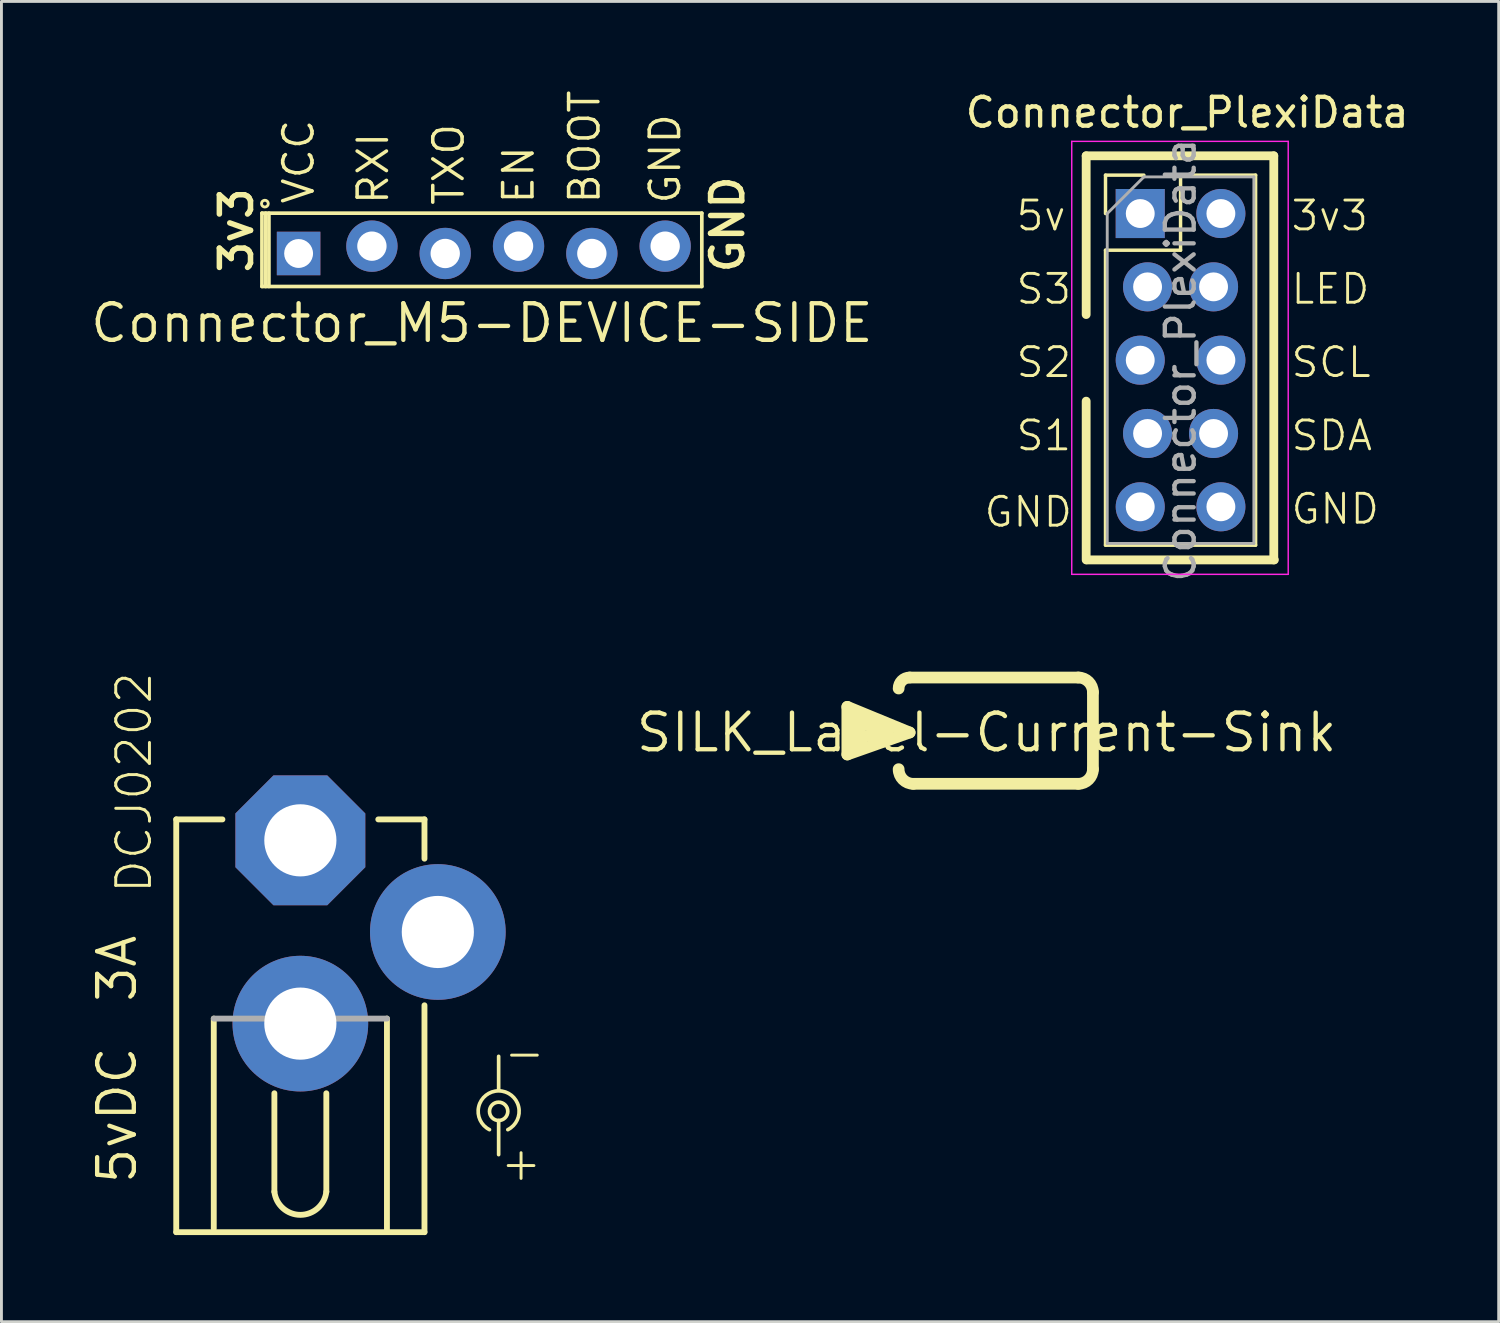
<source format=kicad_pcb>
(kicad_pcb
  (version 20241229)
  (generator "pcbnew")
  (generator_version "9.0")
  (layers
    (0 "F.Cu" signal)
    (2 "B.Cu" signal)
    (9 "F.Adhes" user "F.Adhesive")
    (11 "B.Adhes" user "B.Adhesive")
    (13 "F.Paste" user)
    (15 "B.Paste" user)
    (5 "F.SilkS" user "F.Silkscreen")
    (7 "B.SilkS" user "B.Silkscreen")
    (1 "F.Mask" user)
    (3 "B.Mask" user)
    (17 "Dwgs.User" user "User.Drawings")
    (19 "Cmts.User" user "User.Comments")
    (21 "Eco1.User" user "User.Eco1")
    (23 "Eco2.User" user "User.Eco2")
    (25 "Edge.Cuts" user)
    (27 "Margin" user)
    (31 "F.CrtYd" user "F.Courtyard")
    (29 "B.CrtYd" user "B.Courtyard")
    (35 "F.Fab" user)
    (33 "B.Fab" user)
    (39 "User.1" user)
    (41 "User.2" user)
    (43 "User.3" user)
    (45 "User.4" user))
  (footprint "SILK_Label-Current-Sink"
    (layer "F.Cu")
    (at 31.132 22.328)
    (property "Reference" "SILK_Label-Current-Sink" (at 0 0 0) (layer "F.SilkS") (effects (font (size 1.27 1.27) (thickness 0.15))))
    (fp_line (start -4.826 -0.889) (end -2.667 0) (stroke (width 0.406) (type solid)) (layer "F.SilkS"))
    (fp_line (start -4.826 0.762) (end -4.826 -0.889) (stroke (width 0.406) (type solid)) (layer "F.SilkS"))
    (fp_line (start -4.699 -0.762) (end -4.699 0.508) (stroke (width 0.406) (type solid)) (layer "F.SilkS"))
    (fp_line (start -4.445 -0.381) (end -3.429 0) (stroke (width 0.406) (type solid)) (layer "F.SilkS"))
    (fp_line (start -4.318 0.381) (end -4.445 -0.381) (stroke (width 0.406) (type solid)) (layer "F.SilkS"))
    (fp_line (start -3.429 0) (end -4.191 0.127) (stroke (width 0.406) (type solid)) (layer "F.SilkS"))
    (fp_line (start -2.667 -1.905) (end 3.175 -1.905) (stroke (width 0.406) (type solid)) (layer "F.SilkS"))
    (fp_line (start -2.667 0) (end -4.826 0.762) (stroke (width 0.406) (type solid)) (layer "F.SilkS"))
    (fp_line (start 3.175 1.778) (end -2.54 1.778) (stroke (width 0.406) (type solid)) (layer "F.SilkS"))
    (fp_line (start 3.683 -1.397) (end 3.683 1.27) (stroke (width 0.406) (type solid)) (layer "F.SilkS"))
    (fp_arc (start -3.048 -1.524) (mid -2.936408 -1.793408) (end -2.667 -1.905) (stroke (width 0.4064) (type solid)) (layer "F.SilkS"))
    (fp_arc (start -2.54 1.778) (mid -2.89921 1.62921) (end -3.048 1.27) (stroke (width 0.4064) (type solid)) (layer "F.SilkS"))
    (fp_arc (start 3.175 -1.905) (mid 3.53421 -1.75621) (end 3.683 -1.397) (stroke (width 0.4064) (type solid)) (layer "F.SilkS"))
    (fp_arc (start 3.683 1.27) (mid 3.53421 1.62921) (end 3.175 1.778) (stroke (width 0.4064) (type solid)) (layer "F.SilkS")))
  (footprint "Connector_M5-DEVICE-SIDE"
    (layer "F.Cu")
    (at 13.645 5.605)
    (property "Reference" "Connector_M5-DEVICE-SIDE" (at 0 2.54 0) (layer "F.SilkS") (effects (font (size 1.27 1.27) (thickness 0.15))))
    (fp_line (start -7.62 -1.27) (end 7.62 -1.27) (stroke (width 0.127) (type solid)) (layer "F.SilkS"))
    (fp_line (start -7.62 1.27) (end -7.62 -1.27) (stroke (width 0.127) (type solid)) (layer "F.SilkS"))
    (fp_line (start -7.491 1.27) (end -7.491 -1.27) (stroke (width 0.127) (type solid)) (layer "F.SilkS"))
    (fp_line (start -7.378 1.27) (end -7.378 -1.27) (stroke (width 0.127) (type solid)) (layer "F.SilkS"))
    (fp_line (start 7.62 -1.27) (end 7.62 1.27) (stroke (width 0.127) (type solid)) (layer "F.SilkS"))
    (fp_line (start 7.62 1.27) (end -7.62 1.27) (stroke (width 0.127) (type solid)) (layer "F.SilkS"))
    (fp_circle (center -7.518 -1.6) (end -7.448 -1.506) (stroke (width 0.1) (type default)) (fill no) (layer "F.SilkS"))
    (fp_text user "VCC" (at -6.35 -1.524 90) (unlocked yes) (layer "F.SilkS") (effects (font (size 1.016 1.016) (thickness 0.122)) (justify left)))
    (fp_text user "3v3" (at -7.874 0.889 90) (unlocked yes) (layer "F.SilkS") (effects (font (size 1.079 1.079) (thickness 0.191)) (justify left bottom)))
    (fp_text user "GND" (at 9.144 0.889 90) (unlocked yes) (layer "F.SilkS") (effects (font (size 1.079 1.079) (thickness 0.191)) (justify left bottom)))
    (fp_text user "EN" (at 1.27 -1.524 90) (unlocked yes) (layer "F.SilkS") (effects (font (size 1.016 1.016) (thickness 0.122)) (justify left)))
    (fp_text user "GND" (at 6.35 -1.524 90) (unlocked yes) (layer "F.SilkS") (effects (font (size 1.016 1.016) (thickness 0.122)) (justify left)))
    (fp_text user "RXI" (at -3.77 -1.504 90) (unlocked yes) (layer "F.SilkS") (effects (font (size 1.016 1.016) (thickness 0.122)) (justify left)))
    (fp_text user "BOOT" (at 3.556 -1.524 90) (unlocked yes) (layer "F.SilkS") (effects (font (size 1.016 1.016) (thickness 0.122)) (justify left)))
    (fp_text user "TXO" (at -1.15 -1.474 90) (unlocked yes) (layer "F.SilkS") (effects (font (size 1.016 1.016) (thickness 0.122)) (justify left)))
    (pad "1" thru_hole rect (at -6.35 0.127) (size 1.508 1.508) (drill 1) (layers "*.Cu" "*.Mask"))
    (pad "2" thru_hole circle (at -3.81 -0.127) (size 1.778 1.778) (drill 1.016) (layers "*.Cu" "*.Mask"))
    (pad "3" thru_hole circle (at -1.27 0.127) (size 1.778 1.778) (drill 1.016) (layers "*.Cu" "*.Mask"))
    (pad "4" thru_hole circle (at 1.27 -0.127) (size 1.778 1.778) (drill 1.016) (layers "*.Cu" "*.Mask"))
    (pad "5" thru_hole circle (at 3.81 0.127) (size 1.778 1.778) (drill 1.016) (layers "*.Cu" "*.Mask"))
    (pad "6" thru_hole circle (at 6.35 -0.127) (size 1.778 1.778) (drill 1.016) (layers "*.Cu" "*.Mask")))
  (footprint "Connector_PlexiData"
    (layer "F.Cu")
    (at 36.581 4.348)
    (property "Reference" "Connector_PlexiData" (at 1.5 -3.5 0) (layer "F.SilkS") (effects (font (size 1 1) (thickness 0.15))))
    (attr through_hole)
    (fp_line (start -2 -2) (end -2 3.5) (stroke (width 0.305) (type solid)) (layer "F.SilkS"))
    (fp_line (start -2 -2) (end 4.5 -2) (stroke (width 0.305) (type solid)) (layer "F.SilkS"))
    (fp_line (start -2 6.5) (end -2 12) (stroke (width 0.305) (type solid)) (layer "F.SilkS"))
    (fp_line (start -1.98 12) (end 4.52 12) (stroke (width 0.305) (type solid)) (layer "F.SilkS"))
    (fp_line (start -1.33 -1.33) (end 0 -1.33) (stroke (width 0.12) (type solid)) (layer "F.SilkS"))
    (fp_line (start -1.33 0) (end -1.33 -1.33) (stroke (width 0.12) (type solid)) (layer "F.SilkS"))
    (fp_line (start -1.33 1.27) (end -1.33 11.49) (stroke (width 0.12) (type solid)) (layer "F.SilkS"))
    (fp_line (start -1.33 1.27) (end 1.27 1.27) (stroke (width 0.12) (type solid)) (layer "F.SilkS"))
    (fp_line (start -1.33 11.49) (end 3.87 11.49) (stroke (width 0.12) (type solid)) (layer "F.SilkS"))
    (fp_line (start 1.27 -1.33) (end 3.87 -1.33) (stroke (width 0.12) (type solid)) (layer "F.SilkS"))
    (fp_line (start 1.27 1.27) (end 1.27 -1.33) (stroke (width 0.12) (type solid)) (layer "F.SilkS"))
    (fp_line (start 3.87 -1.33) (end 3.87 11.49) (stroke (width 0.12) (type solid)) (layer "F.SilkS"))
    (fp_line (start 4.5 -2) (end 4.5 12) (stroke (width 0.305) (type solid)) (layer "F.SilkS"))
    (fp_line (start -2.5 -2.5) (end -2.5 12.5) (stroke (width 0.05) (type solid)) (layer "F.CrtYd"))
    (fp_line (start -2.5 12.5) (end 5 12.5) (stroke (width 0.05) (type solid)) (layer "F.CrtYd"))
    (fp_line (start 5 -2.5) (end -2.5 -2.5) (stroke (width 0.05) (type solid)) (layer "F.CrtYd"))
    (fp_line (start 5 12.5) (end 5 -2.5) (stroke (width 0.05) (type solid)) (layer "F.CrtYd"))
    (fp_line (start -1.27 0) (end 0 -1.27) (stroke (width 0.1) (type solid)) (layer "F.Fab"))
    (fp_line (start -1.27 11.43) (end -1.27 0) (stroke (width 0.1) (type solid)) (layer "F.Fab"))
    (fp_line (start 0 -1.27) (end 3.81 -1.27) (stroke (width 0.1) (type solid)) (layer "F.Fab"))
    (fp_line (start 3.81 -1.27) (end 3.81 11.43) (stroke (width 0.1) (type solid)) (layer "F.Fab"))
    (fp_line (start 3.81 11.43) (end -1.27 11.43) (stroke (width 0.1) (type solid)) (layer "F.Fab"))
    (fp_text user "LED" (at 5.04 3.2 0) (unlocked yes) (layer "F.SilkS") (effects (font (size 1 1) (thickness 0.1)) (justify left bottom)))
    (fp_text user "GND" (at 5.04 10.82 0) (unlocked yes) (layer "F.SilkS") (effects (font (size 1 1) (thickness 0.1)) (justify left bottom)))
    (fp_text user "GND" (at -5.595 10.925 0) (unlocked yes) (layer "F.SilkS") (effects (font (size 1 1) (thickness 0.1)) (justify left bottom)))
    (fp_text user "S1" (at -4.485 8.28 0) (unlocked yes) (layer "F.SilkS") (effects (font (size 1 1) (thickness 0.1)) (justify left bottom)))
    (fp_text user "5v" (at -4.485 0.66 0) (unlocked yes) (layer "F.SilkS") (effects (font (size 1 1) (thickness 0.1)) (justify left bottom)))
    (fp_text user "SCL" (at 5.04 5.74 0) (unlocked yes) (layer "F.SilkS") (effects (font (size 1 1) (thickness 0.1)) (justify left bottom)))
    (fp_text user "3v3" (at 5.04 0.66 0) (unlocked yes) (layer "F.SilkS") (effects (font (size 1 1) (thickness 0.1)) (justify left bottom)))
    (fp_text user "S2" (at -4.485 5.74 0) (unlocked yes) (layer "F.SilkS") (effects (font (size 1 1) (thickness 0.1)) (justify left bottom)))
    (fp_text user "SDA" (at 5.04 8.28 0) (unlocked yes) (layer "F.SilkS") (effects (font (size 1 1) (thickness 0.1)) (justify left bottom)))
    (fp_text user "S3" (at -4.485 3.2 0) (unlocked yes) (layer "F.SilkS") (effects (font (size 1 1) (thickness 0.1)) (justify left bottom)))
    (fp_text user "${REFERENCE}" (at 1.27 5.08 90) (layer "F.Fab") (effects (font (size 1 1) (thickness 0.15))))
    (pad "1" thru_hole rect (at -0.127 0) (size 1.7 1.7) (drill 1) (layers "*.Cu" "*.Mask"))
    (pad "2" thru_hole oval (at 2.667 0) (size 1.7 1.7) (drill 1) (layers "*.Cu" "*.Mask"))
    (pad "3" thru_hole oval (at 0.127 2.54) (size 1.7 1.7) (drill 1) (layers "*.Cu" "*.Mask"))
    (pad "4" thru_hole oval (at 2.413 2.54) (size 1.7 1.7) (drill 1) (layers "*.Cu" "*.Mask"))
    (pad "5" thru_hole oval (at -0.127 5.08) (size 1.7 1.7) (drill 1) (layers "*.Cu" "*.Mask"))
    (pad "6" thru_hole oval (at 2.667 5.08) (size 1.7 1.7) (drill 1) (layers "*.Cu" "*.Mask"))
    (pad "7" thru_hole oval (at 0.127 7.62) (size 1.7 1.7) (drill 1) (layers "*.Cu" "*.Mask"))
    (pad "8" thru_hole oval (at 2.413 7.62) (size 1.7 1.7) (drill 1) (layers "*.Cu" "*.Mask"))
    (pad "9" thru_hole oval (at -0.127 10.16) (size 1.7 1.7) (drill 1) (layers "*.Cu" "*.Mask"))
    (pad "10" thru_hole oval (at 2.667 10.16) (size 1.7 1.7) (drill 1) (layers "*.Cu" "*.Mask")))
  (footprint "DCJ0202"
    (layer "F.Cu")
    (at 7.356 26.064)
    (property "Reference" "DCJ0202" (at -5.08 1.905 90) (unlocked yes) (layer "F.SilkS") (effects (font (size 1.168 1.168) (thickness 0.102)) (justify left bottom)))
    (property "Voltage" "5vDC" (at -6.35 9.525 90) (layer "F.SilkS") (effects (font (size 1.27 1.27) (thickness 0.15))))
    (property "Amperage" "3A" (at -6.35 4.445 90) (layer "F.SilkS") (effects (font (size 1.27 1.27) (thickness 0.15))))
    (fp_line (start -4.3 -0.725) (end -4.3 13.575) (stroke (width 0.203) (type solid)) (layer "F.SilkS"))
    (fp_line (start -4.3 13.575) (end 4.3 13.575) (stroke (width 0.203) (type solid)) (layer "F.SilkS"))
    (fp_line (start -3 13.45) (end -3 6.175) (stroke (width 0.203) (type solid)) (layer "F.SilkS"))
    (fp_line (start -2.7 -0.725) (end -4.3 -0.725) (stroke (width 0.203) (type solid)) (layer "F.SilkS"))
    (fp_line (start -0.9 12.175) (end -0.9 8.763) (stroke (width 0.203) (type solid)) (layer "F.SilkS"))
    (fp_line (start 0.9 12.175) (end 0.9 8.763) (stroke (width 0.203) (type solid)) (layer "F.SilkS"))
    (fp_line (start 3 13.475) (end 3 6.175) (stroke (width 0.203) (type solid)) (layer "F.SilkS"))
    (fp_line (start 4.3 -0.725) (end 2.7 -0.725) (stroke (width 0.203) (type solid)) (layer "F.SilkS"))
    (fp_line (start 4.3 0.635) (end 4.3 -0.725) (stroke (width 0.203) (type solid)) (layer "F.SilkS"))
    (fp_line (start 4.3 13.575) (end 4.3 5.715) (stroke (width 0.203) (type solid)) (layer "F.SilkS"))
    (fp_line (start 6.87 8.653) (end 6.87 7.484) (stroke (width 0.127) (type solid)) (layer "F.SilkS"))
    (fp_line (start 6.87 9.707) (end 6.87 10.889) (stroke (width 0.127) (type solid)) (layer "F.SilkS"))
    (fp_arc (start 0.9 12.174998) (mid 0.000001 12.975308) (end -0.9 12.175) (stroke (width 0.2032) (type solid)) (layer "F.SilkS"))
    (fp_arc (start 6.5525 10.0242) (mid 6.87 8.679248) (end 7.1875 10.0242) (stroke (width 0.127) (type solid)) (layer "F.SilkS"))
    (fp_circle (center 6.87 9.389) (end 6.553 9.389) (stroke (width 0.127) (type solid)) (fill no) (layer "F.SilkS"))
    (fp_line (start 3 6.175) (end -3 6.175) (stroke (width 0.203) (type solid)) (layer "F.Fab"))
    (fp_text user "+" (at 7.053 10.477 270) (unlocked yes) (layer "F.SilkS") (effects (font (size 1.168 1.168) (thickness 0.102)) (justify left bottom)))
    (fp_text user "-" (at 8.553 6.849 180) (unlocked yes) (layer "F.SilkS") (effects (font (size 1.168 1.168) (thickness 0.102)) (justify left bottom)))
    (pad "1" thru_hole roundrect (at 0 0) (size 4.5 4.5) (drill 2.5) (layers "*.Cu" "*.Mask") (roundrect_rratio 0.25) (chamfer_ratio 0.293) (chamfer top_left top_right bottom_left bottom_right))
    (pad "2" thru_hole circle (at 4.763 3.175) (size 4.7 4.7) (drill 2.5) (layers "*.Cu" "*.Mask"))
    (pad "3" thru_hole circle (at 0 6.35) (size 4.7 4.7) (drill 2.5) (layers "*.Cu" "*.Mask")))
  (gr_rect
    (start -3 -3)
    (end 48.873 42.741)
    (stroke (width 0.1) (type default))
    (fill no)
    (layer "Edge.Cuts")))
</source>
